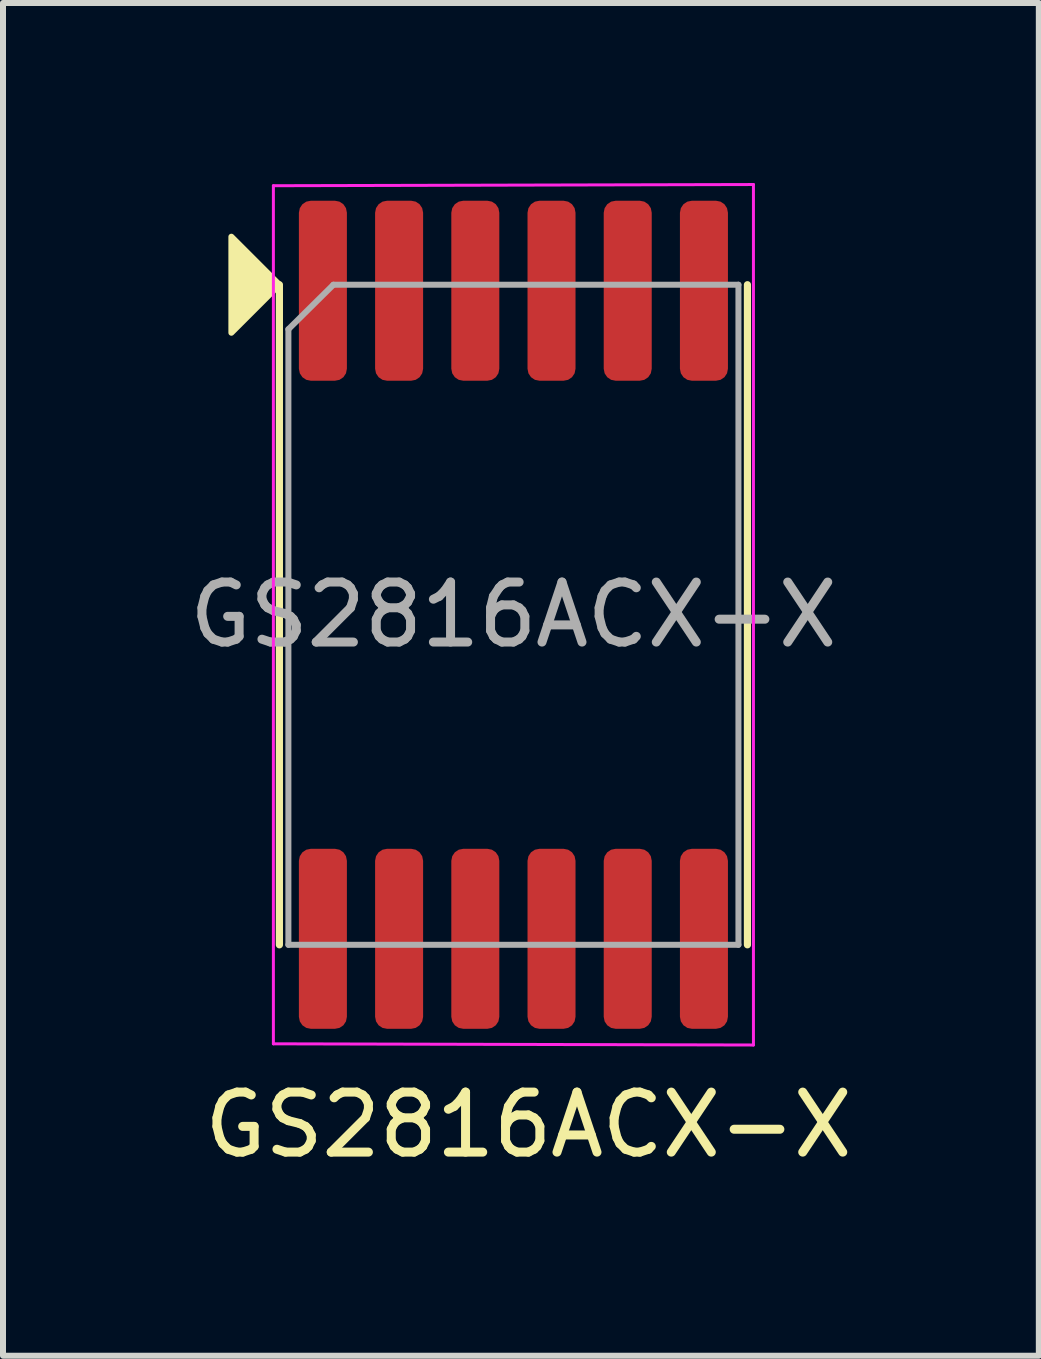
<source format=kicad_pcb>
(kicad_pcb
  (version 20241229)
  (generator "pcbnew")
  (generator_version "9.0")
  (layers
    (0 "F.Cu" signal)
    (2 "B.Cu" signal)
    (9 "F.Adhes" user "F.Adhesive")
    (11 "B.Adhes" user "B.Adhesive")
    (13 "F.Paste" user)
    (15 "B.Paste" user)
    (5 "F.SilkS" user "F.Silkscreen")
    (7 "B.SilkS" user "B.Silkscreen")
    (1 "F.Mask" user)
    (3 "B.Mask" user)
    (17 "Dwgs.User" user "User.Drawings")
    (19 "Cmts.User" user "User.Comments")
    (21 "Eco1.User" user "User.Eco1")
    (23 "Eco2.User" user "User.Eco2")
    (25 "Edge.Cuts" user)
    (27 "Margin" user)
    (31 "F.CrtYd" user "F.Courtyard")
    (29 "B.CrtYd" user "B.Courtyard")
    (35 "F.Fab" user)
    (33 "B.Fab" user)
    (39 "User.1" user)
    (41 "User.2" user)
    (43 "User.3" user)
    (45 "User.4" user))
  (footprint "GS2816ACX-X"
    (layer "F.Cu")
    (at 5.506 7.195)
    (property "Reference" "GS2816ACX-X" (at 0.25 8.5 0) (unlocked yes) (layer "F.SilkS") (effects (font (size 1 1) (thickness 0.15))))
    (attr smd)
    (fp_line (start -3.9 -5.5) (end -3.9 5.5) (stroke (width 0.12) (type solid)) (layer "F.SilkS"))
    (fp_line (start 3.9 -5.5) (end 3.9 5.5) (stroke (width 0.12) (type solid)) (layer "F.SilkS"))
    (fp_poly (pts (xy -3.9 -5.5) (xy -4.7 -6.3) (xy -4.7 -4.7)) (stroke (width 0.1) (type solid)) (fill yes) (layer "F.SilkS"))
    (fp_line (start -4 -7.15) (end -4 7.15) (stroke (width 0.05) (type solid)) (layer "F.CrtYd"))
    (fp_line (start -4 7.15) (end 4 7.17) (stroke (width 0.05) (type default)) (layer "F.CrtYd"))
    (fp_line (start 4 -7.17) (end -4 -7.15) (stroke (width 0.05) (type default)) (layer "F.CrtYd"))
    (fp_line (start 4 7.17) (end 4 -7.17) (stroke (width 0.05) (type solid)) (layer "F.CrtYd"))
    (fp_line (start -3.75 5.5) (end -3.75 -4.758) (stroke (width 0.1) (type default)) (layer "F.Fab"))
    (fp_line (start -3 -5.5) (end -3.75 -4.758) (stroke (width 0.1) (type default)) (layer "F.Fab"))
    (fp_line (start -3 -5.5) (end 3.75 -5.5) (stroke (width 0.1) (type default)) (layer "F.Fab"))
    (fp_line (start 3.75 -5.5) (end 3.75 5.5) (stroke (width 0.1) (type default)) (layer "F.Fab"))
    (fp_line (start 3.75 5.5) (end -3.75 5.5) (stroke (width 0.1) (type default)) (layer "F.Fab"))
    (fp_text user "${REFERENCE}" (at 0 0 0) (unlocked yes) (layer "F.Fab") (effects (font (size 1 1) (thickness 0.15))))
    (pad "1" smd roundrect (at -3.175 -5.4) (size 0.8 3) (layers "F.Cu" "F.Mask" "F.Paste") (roundrect_rratio 0.25))
    (pad "2" smd roundrect (at -1.905 -5.4) (size 0.8 3) (layers "F.Cu" "F.Mask" "F.Paste") (roundrect_rratio 0.25))
    (pad "3" smd roundrect (at -0.635 -5.4) (size 0.8 3) (layers "F.Cu" "F.Mask" "F.Paste") (roundrect_rratio 0.25))
    (pad "4" smd roundrect (at 0.635 -5.4) (size 0.8 3) (layers "F.Cu" "F.Mask" "F.Paste") (roundrect_rratio 0.25))
    (pad "5" smd roundrect (at 1.905 -5.4) (size 0.8 3) (layers "F.Cu" "F.Mask" "F.Paste") (roundrect_rratio 0.25))
    (pad "6" smd roundrect (at 3.175 -5.4) (size 0.8 3) (layers "F.Cu" "F.Mask" "F.Paste") (roundrect_rratio 0.25))
    (pad "7" smd roundrect (at 3.175 5.4) (size 0.8 3) (layers "F.Cu" "F.Mask" "F.Paste") (roundrect_rratio 0.25))
    (pad "8" smd roundrect (at 1.905 5.4) (size 0.8 3) (layers "F.Cu" "F.Mask" "F.Paste") (roundrect_rratio 0.25))
    (pad "9" smd roundrect (at 0.635 5.4) (size 0.8 3) (layers "F.Cu" "F.Mask" "F.Paste") (roundrect_rratio 0.25))
    (pad "10" smd roundrect (at -0.635 5.4) (size 0.8 3) (layers "F.Cu" "F.Mask" "F.Paste") (roundrect_rratio 0.25))
    (pad "11" smd roundrect (at -1.905 5.4) (size 0.8 3) (layers "F.Cu" "F.Mask" "F.Paste") (roundrect_rratio 0.25))
    (pad "12" smd roundrect (at -3.175 5.4) (size 0.8 3) (layers "F.Cu" "F.Mask" "F.Paste") (roundrect_rratio 0.25)))
  (gr_rect
    (start -3 -3)
    (end 14.262 19.543)
    (stroke (width 0.1) (type default))
    (fill no)
    (layer "Edge.Cuts")))
</source>
